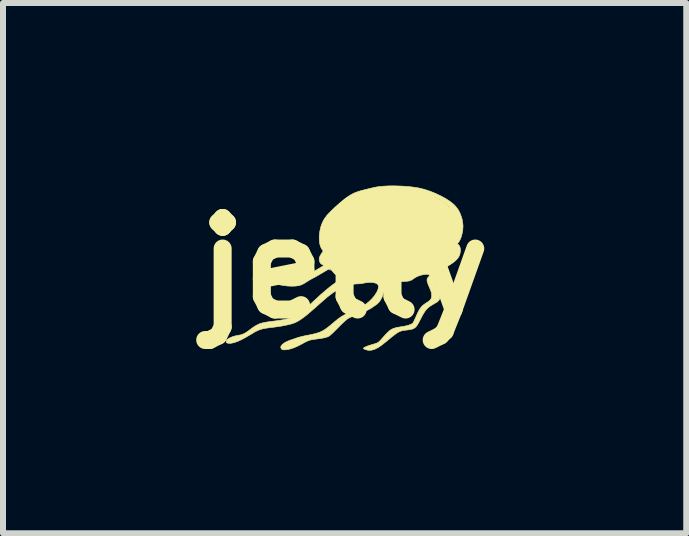
<source format=kicad_pcb>
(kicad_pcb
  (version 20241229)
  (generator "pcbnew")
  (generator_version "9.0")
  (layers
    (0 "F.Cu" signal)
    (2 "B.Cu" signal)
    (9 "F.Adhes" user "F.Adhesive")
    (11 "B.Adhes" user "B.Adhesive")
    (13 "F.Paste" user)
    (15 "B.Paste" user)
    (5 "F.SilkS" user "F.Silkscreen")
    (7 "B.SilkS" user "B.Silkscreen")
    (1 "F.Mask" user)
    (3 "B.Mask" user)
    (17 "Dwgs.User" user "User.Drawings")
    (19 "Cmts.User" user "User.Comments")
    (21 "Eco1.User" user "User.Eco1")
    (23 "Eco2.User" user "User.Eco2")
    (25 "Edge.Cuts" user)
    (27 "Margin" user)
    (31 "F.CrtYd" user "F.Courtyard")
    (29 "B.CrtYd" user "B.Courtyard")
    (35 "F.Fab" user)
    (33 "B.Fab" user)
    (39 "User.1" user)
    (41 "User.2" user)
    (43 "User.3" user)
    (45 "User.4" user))
  (footprint "jelly"
    (layer "F.Cu")
    (at 2.692 1.418)
    (property "Reference" "jelly" (at 0 0 0) (layer "F.SilkS") (effects (font (size 1.524 1.524) (thickness 0.3))))
    (attr through_hole)
    (fp_poly (pts (xy -0.247 0.02) (xy -0.238 0.028) (xy -0.237 0.03) (xy -0.241 0.034) (xy -0.249 0.026) (xy -0.251 0.024) (xy -0.252 0.018) (xy -0.247 0.02)) (stroke (width 0.01) (type solid)) (fill yes) (layer "F.SilkS"))
    (fp_poly (pts (xy 0.922 -1.368) (xy 1.018 -1.363) (xy 1.111 -1.354) (xy 1.197 -1.342) (xy 1.248 -1.333) (xy 1.334 -1.311) (xy 1.423 -1.282) (xy 1.513 -1.246) (xy 1.599 -1.205) (xy 1.679 -1.162) (xy 1.751 -1.116) (xy 1.811 -1.069) (xy 1.847 -1.034) (xy 1.895 -0.971) (xy 1.932 -0.896) (xy 1.958 -0.815) (xy 1.971 -0.731) (xy 1.973 -0.694) (xy 1.969 -0.637) (xy 1.959 -0.579) (xy 1.944 -0.523) (xy 1.925 -0.474) (xy 1.904 -0.436) (xy 1.894 -0.425) (xy 1.876 -0.406) (xy 1.894 -0.394) (xy 1.916 -0.368) (xy 1.928 -0.33) (xy 1.929 -0.282) (xy 1.922 -0.237) (xy 1.907 -0.198) (xy 1.883 -0.161) (xy 1.849 -0.125) (xy 1.802 -0.087) (xy 1.741 -0.047) (xy 1.711 -0.029) (xy 1.649 0.009) (xy 1.601 0.042) (xy 1.565 0.072) (xy 1.54 0.102) (xy 1.523 0.133) (xy 1.513 0.167) (xy 1.509 0.199) (xy 1.508 0.223) (xy 1.51 0.245) (xy 1.514 0.269) (xy 1.523 0.299) (xy 1.537 0.336) (xy 1.557 0.385) (xy 1.562 0.398) (xy 1.58 0.443) (xy 1.588 0.476) (xy 1.588 0.502) (xy 1.579 0.524) (xy 1.568 0.539) (xy 1.551 0.556) (xy 1.538 0.567) (xy 1.535 0.568) (xy 1.525 0.574) (xy 1.504 0.586) (xy 1.476 0.603) (xy 1.457 0.614) (xy 1.421 0.637) (xy 1.39 0.662) (xy 1.362 0.689) (xy 1.337 0.723) (xy 1.31 0.765) (xy 1.281 0.818) (xy 1.262 0.856) (xy 1.234 0.909) (xy 1.21 0.95) (xy 1.187 0.98) (xy 1.162 1) (xy 1.133 1.014) (xy 1.096 1.023) (xy 1.048 1.03) (xy 1.023 1.033) (xy 0.981 1.038) (xy 0.945 1.046) (xy 0.912 1.059) (xy 0.879 1.077) (xy 0.841 1.104) (xy 0.795 1.139) (xy 0.784 1.148) (xy 0.744 1.181) (xy 0.703 1.215) (xy 0.664 1.246) (xy 0.634 1.27) (xy 0.634 1.271) (xy 0.567 1.318) (xy 0.504 1.351) (xy 0.445 1.368) (xy 0.391 1.369) (xy 0.345 1.356) (xy 0.325 1.346) (xy 0.314 1.338) (xy 0.313 1.336) (xy 0.321 1.327) (xy 0.342 1.315) (xy 0.373 1.301) (xy 0.412 1.288) (xy 0.454 1.275) (xy 0.461 1.273) (xy 0.497 1.262) (xy 0.53 1.251) (xy 0.553 1.241) (xy 0.559 1.238) (xy 0.573 1.226) (xy 0.595 1.205) (xy 0.622 1.175) (xy 0.651 1.142) (xy 0.659 1.133) (xy 0.703 1.085) (xy 0.741 1.049) (xy 0.777 1.022) (xy 0.817 1.004) (xy 0.864 0.99) (xy 0.921 0.98) (xy 0.939 0.977) (xy 1.006 0.966) (xy 1.062 0.952) (xy 1.104 0.937) (xy 1.132 0.921) (xy 1.137 0.916) (xy 1.145 0.903) (xy 1.158 0.878) (xy 1.174 0.844) (xy 1.191 0.805) (xy 1.193 0.8) (xy 1.222 0.737) (xy 1.248 0.688) (xy 1.276 0.649) (xy 1.307 0.618) (xy 1.343 0.591) (xy 1.358 0.581) (xy 1.399 0.555) (xy 1.426 0.531) (xy 1.442 0.507) (xy 1.45 0.479) (xy 1.451 0.45) (xy 1.449 0.421) (xy 1.441 0.391) (xy 1.428 0.355) (xy 1.414 0.322) (xy 1.392 0.27) (xy 1.378 0.229) (xy 1.373 0.199) (xy 1.377 0.175) (xy 1.388 0.157) (xy 1.392 0.153) (xy 1.407 0.137) (xy 1.414 0.123) (xy 1.414 0.122) (xy 1.407 0.11) (xy 1.387 0.103) (xy 1.357 0.102) (xy 1.321 0.106) (xy 1.282 0.115) (xy 1.241 0.127) (xy 1.204 0.142) (xy 1.172 0.16) (xy 1.162 0.167) (xy 1.12 0.196) (xy 1.078 0.213) (xy 1.03 0.22) (xy 1.01 0.22) (xy 0.922 0.226) (xy 0.844 0.243) (xy 0.777 0.27) (xy 0.722 0.307) (xy 0.679 0.353) (xy 0.65 0.409) (xy 0.647 0.417) (xy 0.625 0.48) (xy 0.601 0.528) (xy 0.574 0.566) (xy 0.543 0.597) (xy 0.535 0.603) (xy 0.437 0.671) (xy 0.335 0.725) (xy 0.225 0.771) (xy 0.189 0.783) (xy 0.146 0.798) (xy 0.104 0.816) (xy 0.068 0.833) (xy 0.051 0.844) (xy 0.03 0.859) (xy 0.001 0.885) (xy -0.035 0.918) (xy -0.074 0.956) (xy -0.113 0.996) (xy -0.114 0.997) (xy -0.152 1.035) (xy -0.188 1.071) (xy -0.22 1.1) (xy -0.245 1.122) (xy -0.261 1.134) (xy -0.263 1.135) (xy -0.288 1.146) (xy -0.316 1.155) (xy -0.35 1.163) (xy -0.395 1.171) (xy -0.452 1.179) (xy -0.462 1.18) (xy -0.513 1.187) (xy -0.553 1.194) (xy -0.586 1.202) (xy -0.617 1.214) (xy -0.651 1.23) (xy -0.692 1.252) (xy -0.712 1.263) (xy -0.791 1.304) (xy -0.862 1.333) (xy -0.926 1.352) (xy -0.974 1.359) (xy -1.005 1.362) (xy -1.026 1.36) (xy -1.041 1.355) (xy -1.049 1.349) (xy -1.063 1.329) (xy -1.062 1.306) (xy -1.047 1.282) (xy -1.02 1.257) (xy -0.982 1.233) (xy -0.934 1.211) (xy -0.902 1.199) (xy -0.871 1.189) (xy -0.833 1.176) (xy -0.802 1.165) (xy -0.769 1.154) (xy -0.725 1.142) (xy -0.679 1.131) (xy -0.654 1.126) (xy -0.577 1.111) (xy -0.513 1.097) (xy -0.46 1.083) (xy -0.415 1.068) (xy -0.374 1.049) (xy -0.335 1.027) (xy -0.294 0.998) (xy -0.249 0.963) (xy -0.196 0.918) (xy -0.18 0.905) (xy -0.121 0.856) (xy -0.069 0.818) (xy -0.021 0.788) (xy 0.025 0.765) (xy 0.075 0.747) (xy 0.08 0.745) (xy 0.146 0.72) (xy 0.217 0.686) (xy 0.287 0.646) (xy 0.35 0.604) (xy 0.357 0.599) (xy 0.411 0.554) (xy 0.459 0.507) (xy 0.499 0.458) (xy 0.531 0.41) (xy 0.553 0.365) (xy 0.564 0.325) (xy 0.564 0.292) (xy 0.559 0.28) (xy 0.539 0.26) (xy 0.506 0.246) (xy 0.461 0.238) (xy 0.407 0.238) (xy 0.347 0.244) (xy 0.318 0.25) (xy 0.279 0.257) (xy 0.238 0.261) (xy 0.21 0.262) (xy 0.132 0.268) (xy 0.053 0.285) (xy -0.026 0.313) (xy -0.107 0.354) (xy -0.193 0.409) (xy -0.283 0.477) (xy -0.365 0.548) (xy -0.437 0.611) (xy -0.497 0.665) (xy -0.548 0.709) (xy -0.591 0.746) (xy -0.627 0.777) (xy -0.659 0.802) (xy -0.687 0.824) (xy -0.713 0.842) (xy -0.739 0.86) (xy -0.767 0.877) (xy -0.785 0.888) (xy -0.829 0.91) (xy -0.889 0.93) (xy -0.965 0.948) (xy -1.055 0.966) (xy -1.158 0.981) (xy -1.24 0.991) (xy -1.313 1.001) (xy -1.374 1.013) (xy -1.428 1.031) (xy -1.481 1.055) (xy -1.536 1.087) (xy -1.54 1.09) (xy -1.635 1.146) (xy -1.718 1.191) (xy -1.79 1.224) (xy -1.851 1.244) (xy -1.901 1.253) (xy -1.91 1.253) (xy -1.943 1.251) (xy -1.963 1.245) (xy -1.972 1.233) (xy -1.973 1.224) (xy -1.965 1.201) (xy -1.942 1.179) (xy -1.907 1.159) (xy -1.861 1.14) (xy -1.808 1.126) (xy -1.765 1.118) (xy -1.731 1.112) (xy -1.701 1.102) (xy -1.67 1.089) (xy -1.637 1.069) (xy -1.597 1.041) (xy -1.557 1.011) (xy -1.509 0.976) (xy -1.465 0.95) (xy -1.421 0.929) (xy -1.373 0.914) (xy -1.317 0.902) (xy -1.249 0.891) (xy -1.228 0.889) (xy -1.126 0.876) (xy -1.04 0.863) (xy -0.968 0.849) (xy -0.907 0.834) (xy -0.857 0.818) (xy -0.815 0.8) (xy -0.798 0.79) (xy -0.776 0.776) (xy -0.75 0.758) (xy -0.719 0.733) (xy -0.681 0.701) (xy -0.637 0.661) (xy -0.583 0.612) (xy -0.519 0.553) (xy -0.482 0.519) (xy -0.405 0.448) (xy -0.331 0.384) (xy -0.263 0.327) (xy -0.201 0.279) (xy -0.147 0.24) (xy -0.1 0.211) (xy -0.063 0.193) (xy -0.037 0.186) (xy -0.036 0.186) (xy -0.026 0.181) (xy -0.027 0.168) (xy -0.038 0.154) (xy -0.044 0.149) (xy -0.067 0.138) (xy -0.084 0.135) (xy -0.112 0.13) (xy -0.139 0.116) (xy -0.169 0.09) (xy -0.194 0.061) (xy -0.215 0.037) (xy -0.233 0.018) (xy -0.245 0.009) (xy -0.246 0.008) (xy -0.256 0.013) (xy -0.278 0.024) (xy -0.308 0.041) (xy -0.345 0.063) (xy -0.362 0.073) (xy -0.406 0.099) (xy -0.45 0.125) (xy -0.489 0.147) (xy -0.52 0.163) (xy -0.525 0.166) (xy -0.561 0.185) (xy -0.602 0.209) (xy -0.636 0.231) (xy -0.684 0.261) (xy -0.728 0.281) (xy -0.772 0.293) (xy -0.823 0.299) (xy -0.876 0.301) (xy -0.956 0.297) (xy -1.036 0.286) (xy -1.069 0.28) (xy -1.114 0.271) (xy -1.151 0.266) (xy -1.184 0.265) (xy -1.217 0.269) (xy -1.255 0.277) (xy -1.302 0.291) (xy -1.333 0.301) (xy -1.371 0.312) (xy -1.41 0.321) (xy -1.441 0.327) (xy -1.444 0.327) (xy -1.471 0.329) (xy -1.486 0.327) (xy -1.496 0.319) (xy -1.503 0.311) (xy -1.512 0.289) (xy -1.509 0.27) (xy -1.492 0.251) (xy -1.46 0.232) (xy -1.453 0.228) (xy -1.408 0.21) (xy -1.359 0.197) (xy -1.305 0.191) (xy -1.242 0.19) (xy -1.169 0.195) (xy -1.084 0.205) (xy -1.033 0.213) (xy -0.97 0.222) (xy -0.918 0.226) (xy -0.875 0.224) (xy -0.834 0.217) (xy -0.8 0.207) (xy -0.754 0.189) (xy -0.7 0.164) (xy -0.644 0.135) (xy -0.592 0.105) (xy -0.588 0.102) (xy -0.561 0.086) (xy -0.524 0.063) (xy -0.482 0.038) (xy -0.44 0.012) (xy -0.439 0.012) (xy -0.34 -0.047) (xy -0.367 -0.056) (xy -0.395 -0.074) (xy -0.415 -0.104) (xy -0.423 -0.143) (xy -0.423 -0.149) (xy -0.42 -0.175) (xy -0.409 -0.203) (xy -0.39 -0.235) (xy -0.357 -0.287) (xy -0.374 -0.309) (xy -0.398 -0.352) (xy -0.415 -0.408) (xy -0.422 -0.473) (xy -0.422 -0.543) (xy -0.412 -0.618) (xy -0.395 -0.693) (xy -0.371 -0.759) (xy -0.339 -0.819) (xy -0.293 -0.881) (xy -0.293 -0.882) (xy -0.256 -0.921) (xy -0.21 -0.967) (xy -0.163 -1.012) (xy 1.736 -1.012) (xy 1.74 -1.008) (xy 1.744 -1.012) (xy 1.74 -1.016) (xy 1.736 -1.012) (xy -0.163 -1.012) (xy -0.157 -1.017) (xy -0.132 -1.039) (xy 1.72 -1.039) (xy 1.722 -1.034) (xy 1.731 -1.025) (xy 1.736 -1.027) (xy 1.736 -1.028) (xy 1.73 -1.035) (xy 1.726 -1.038) (xy 1.72 -1.039) (xy -0.132 -1.039) (xy -0.101 -1.067) (xy -0.091 -1.075) (xy 1.685 -1.075) (xy 1.688 -1.071) (xy 1.692 -1.065) (xy 1.705 -1.052) (xy 1.71 -1.052) (xy 1.71 -1.053) (xy 1.704 -1.06) (xy 1.695 -1.068) (xy 1.685 -1.075) (xy -0.091 -1.075) (xy -0.076 -1.088) (xy 1.659 -1.088) (xy 1.664 -1.084) (xy 1.668 -1.088) (xy 1.664 -1.092) (xy 1.659 -1.088) (xy -0.076 -1.088) (xy -0.066 -1.096) (xy 1.643 -1.096) (xy 1.647 -1.092) (xy 1.651 -1.096) (xy 1.647 -1.101) (xy 1.643 -1.096) (xy -0.066 -1.096) (xy -0.046 -1.114) (xy -0.036 -1.122) (xy 1.6 -1.122) (xy 1.604 -1.118) (xy 1.609 -1.122) (xy 1.604 -1.126) (xy 1.6 -1.122) (xy -0.036 -1.122) (xy -0.012 -1.141) (xy 1.576 -1.141) (xy 1.578 -1.136) (xy 1.587 -1.127) (xy 1.592 -1.129) (xy 1.592 -1.13) (xy 1.586 -1.137) (xy 1.582 -1.14) (xy 1.576 -1.141) (xy -0.012 -1.141) (xy -0.004 -1.147) (xy 1.558 -1.147) (xy 1.562 -1.143) (xy 1.566 -1.147) (xy 1.562 -1.151) (xy 1.558 -1.147) (xy -0.004 -1.147) (xy 0.005 -1.155) (xy 0.007 -1.156) (xy 1.541 -1.156) (xy 1.545 -1.151) (xy 1.549 -1.156) (xy 1.545 -1.16) (xy 1.541 -1.156) (xy 0.007 -1.156) (xy 0.018 -1.164) (xy 1.524 -1.164) (xy 1.528 -1.16) (xy 1.532 -1.164) (xy 1.528 -1.168) (xy 1.524 -1.164) (xy 0.018 -1.164) (xy 0.028 -1.172) (xy 0.03 -1.173) (xy 1.507 -1.173) (xy 1.511 -1.168) (xy 1.516 -1.173) (xy 1.511 -1.177) (xy 1.507 -1.173) (xy 0.03 -1.173) (xy 0.042 -1.181) (xy 1.49 -1.181) (xy 1.494 -1.177) (xy 1.499 -1.181) (xy 1.494 -1.185) (xy 1.49 -1.181) (xy 0.042 -1.181) (xy 0.063 -1.196) (xy 0.095 -1.217) (xy 0.127 -1.235) (xy 0.159 -1.251) (xy 0.196 -1.266) (xy 0.238 -1.28) (xy 0.289 -1.295) (xy 0.349 -1.31) (xy 0.422 -1.328) (xy 0.504 -1.347) (xy 0.568 -1.358) (xy 0.645 -1.365) (xy 0.732 -1.37) (xy 0.825 -1.371) (xy 0.922 -1.368)) (stroke (width 0.01) (type solid)) (fill yes) (layer "F.SilkS")))
  (gr_rect
    (start -3 -3)
    (end 8.385 5.836)
    (stroke (width 0.1) (type default))
    (fill no)
    (layer "Edge.Cuts")))
</source>
